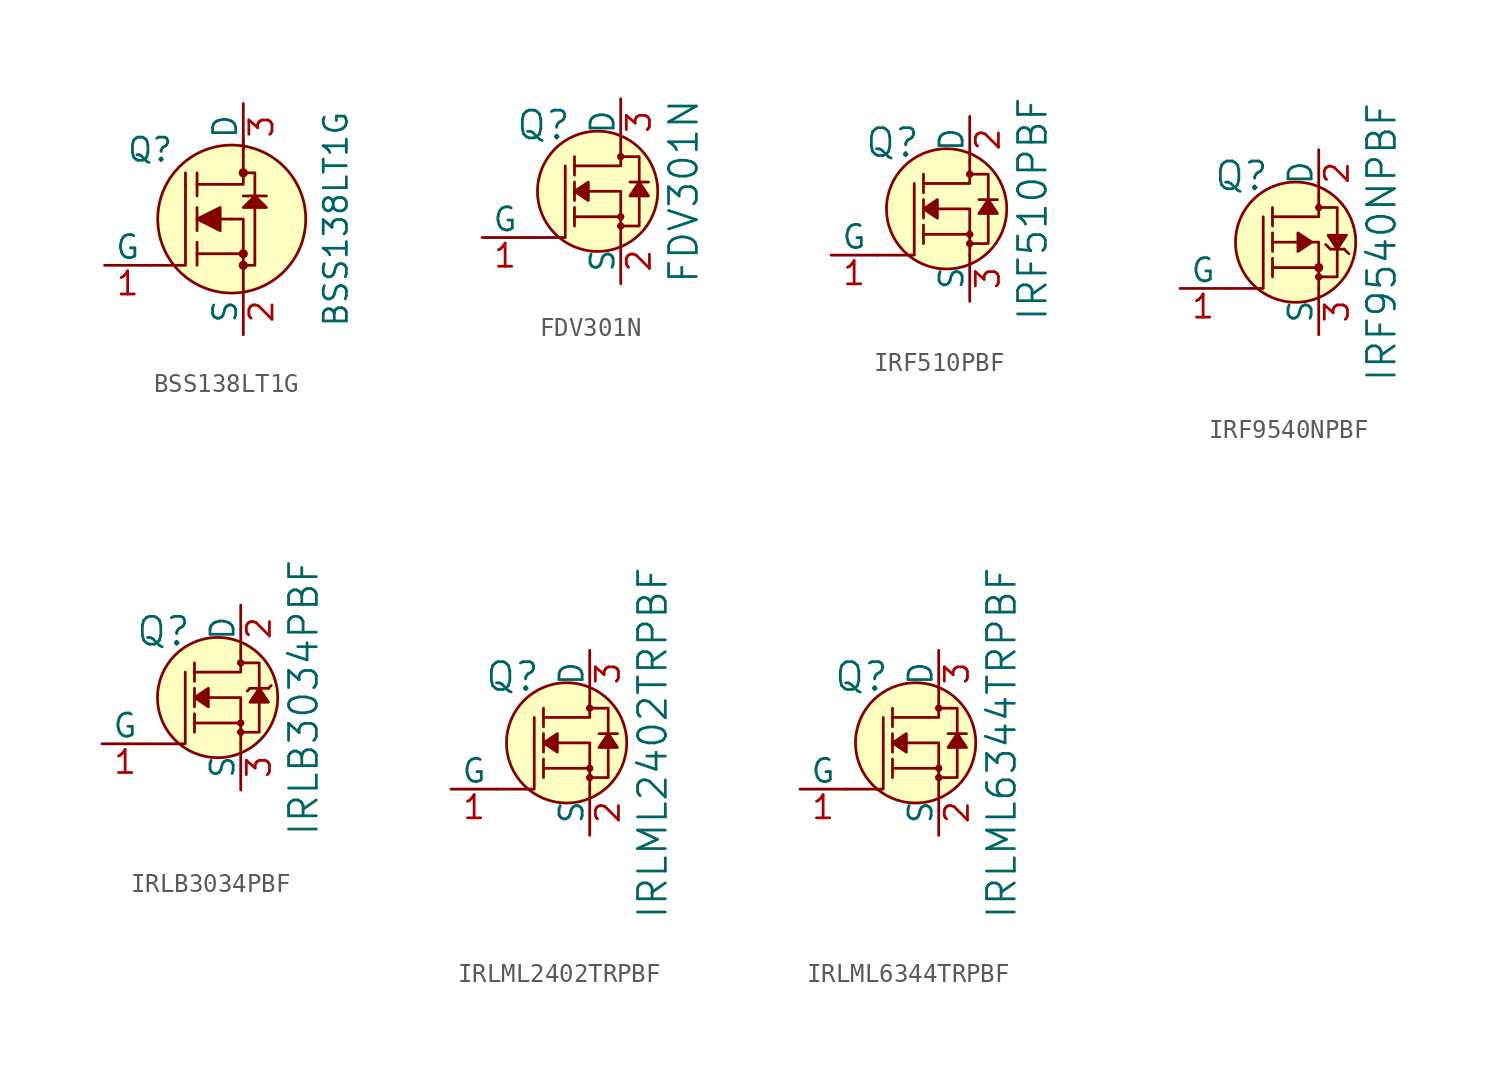
<source format=kicad_sym>
(kicad_symbol_lib
  (version 20201005)
  (generator kicad_symbol_editor)
  (symbol "BSS138LT1G"
    (pin_names
      (offset 0))
    (property "Reference" "Q"
      (at -3.81 3.81 0)
      (effects (font (size 1.27 1.27)) (justify right)))
    (property "Value" "BSS138LT1G"
      (at 5.08 0 90)
      (effects (font (size 1.27 1.27))))
    (symbol "BSS138LT1G_0_1"
      (circle (center 0 -2.54) (radius 0.178) (stroke (width 0)) (fill (type outline)))
      (circle (center 0 -1.905) (radius 0.178) (stroke (width 0)) (fill (type outline)))
      (circle (center 0 2.54) (radius 0.178) (stroke (width 0)) (fill (type outline)))
      (polyline (pts (xy -3.175 1.905) (xy -3.175 1.27)) (stroke (width 0)) (fill (type none)))
      (polyline (pts (xy -3.175 1.905) (xy -3.175 2.54)) (stroke (width 0)) (fill (type none)))
      (polyline (pts (xy -2.54 -2.54) (xy -2.54 -1.905)) (stroke (width 0)) (fill (type none)))
      (polyline (pts (xy -2.54 -1.905) (xy -2.54 -1.27)) (stroke (width 0)) (fill (type none)))
      (polyline (pts (xy -2.54 -1.905) (xy -0.635 -1.905)) (stroke (width 0)) (fill (type none)))
      (polyline (pts (xy -2.54 -0.635) (xy -2.54 0)) (stroke (width 0)) (fill (type none)))
      (polyline (pts (xy -2.54 0) (xy -2.54 0.635)) (stroke (width 0)) (fill (type none)))
      (polyline (pts (xy -2.54 0) (xy -0.635 0)) (stroke (width 0)) (fill (type none)))
      (polyline (pts (xy -2.54 1.27) (xy -2.54 1.905)) (stroke (width 0)) (fill (type none)))
      (polyline (pts (xy -2.54 1.905) (xy -2.54 2.54)) (stroke (width 0)) (fill (type none)))
      (polyline (pts (xy -2.54 1.905) (xy -0.635 1.905)) (stroke (width 0)) (fill (type none)))
      (polyline (pts (xy -0.635 -1.905) (xy 0 -1.905)) (stroke (width 0)) (fill (type none)))
      (polyline (pts (xy 0 1.27) (xy 1.27 1.27)) (stroke (width 0)) (fill (type none)))
      (polyline (pts (xy -5.08 -2.54) (xy -3.175 -2.54) (xy -3.175 1.27)) (stroke (width 0)) (fill (type none)))
      (polyline (pts (xy -0.635 0) (xy 0 0) (xy 0 -3.81)) (stroke (width 0)) (fill (type none)))
      (polyline (pts (xy -0.635 1.905) (xy 0 1.905) (xy 0 4.445)) (stroke (width 0)) (fill (type none)))
      (polyline (pts (xy -2.54 0) (xy -1.27 -0.635) (xy -1.27 0.635) (xy -2.54 0)) (stroke (width 0)) (fill (type outline)))
      (polyline (pts (xy 0 2.54) (xy 0.635 2.54) (xy 0.635 -2.54) (xy 0 -2.54)) (stroke (width 0)) (fill (type none)))
      (polyline (pts (xy 0.635 1.27) (xy 0 0.635) (xy 1.27 0.635) (xy 0.635 1.27)) (stroke (width 0)) (fill (type outline))))
    (symbol "BSS138LT1G_1_1"
      (circle (center -0.635 0) (radius 4.064) (stroke (width 0)) (fill (type background)))
      (pin bidirectional line (at -7.62 -2.54 0) (length 2.54) (name "G" (effects (font (size 1.27 1.27)))) (number "1" (effects (font (size 1.27 1.27)))))
      (pin bidirectional line (at 0 -6.35 90) (length 2.54) (name "S" (effects (font (size 1.27 1.27)))) (number "2" (effects (font (size 1.27 1.27)))))
      (pin bidirectional line (at 0 6.35 270) (length 2.54) (name "D" (effects (font (size 1.27 1.27)))) (number "3" (effects (font (size 1.27 1.27)))))))
  (symbol "FDV301N"
    (pin_names
      (offset 0))
    (property "Reference" "Q"
      (at -2.692 3.632 0)
      (effects (font (size 1.524 1.524)) (justify right)))
    (property "Value" "FDV301N"
      (at 3.454 0 90)
      (effects (font (size 1.524 1.524))))
    (symbol "FDV301N_0_1"
      (circle (center -1.27 0) (radius 3.302) (stroke (width 0)) (fill (type background)))
      (circle (center 0 -1.905) (radius 0.127) (stroke (width 0)) (fill (type none)))
      (circle (center 0 -1.397) (radius 0.127) (stroke (width 0)) (fill (type none)))
      (circle (center 0 1.905) (radius 0.127) (stroke (width 0)) (fill (type none)))
      (polyline (pts (xy 0 -1.397) (xy -2.54 -1.397)) (stroke (width 0)) (fill (type none)))
      (polyline (pts (xy -5.08 -2.54) (xy -3.048 -2.54) (xy -3.048 1.397)) (stroke (width 0)) (fill (type none)))
      (polyline (pts (xy 0 -2.54) (xy 0 0) (xy -2.54 0)) (stroke (width 0)) (fill (type none)))
      (polyline (pts (xy 0 2.54) (xy 0 1.397) (xy -2.54 1.397)) (stroke (width 0)) (fill (type none)))
      (polyline (pts (xy -0.127 -1.905) (xy 1.016 -1.905) (xy 1.016 1.397) (xy 1.016 1.905) (xy -0.127 1.905)) (stroke (width 0)) (fill (type none))))
    (symbol "FDV301N_1_1"
      (polyline (pts (xy -2.54 -1.397) (xy -2.54 -1.905)) (stroke (width 0)) (fill (type none)))
      (polyline (pts (xy -2.54 -1.397) (xy -2.54 -0.889)) (stroke (width 0)) (fill (type none)))
      (polyline (pts (xy -2.54 0) (xy -2.54 -0.508)) (stroke (width 0)) (fill (type none)))
      (polyline (pts (xy -2.54 0) (xy -2.54 0.508)) (stroke (width 0)) (fill (type none)))
      (polyline (pts (xy -2.54 1.905) (xy -2.54 0.889)) (stroke (width 0)) (fill (type none)))
      (polyline (pts (xy 1.524 0.508) (xy 0.508 0.508)) (stroke (width 0)) (fill (type none)))
      (polyline (pts (xy -2.54 0) (xy -1.778 0.508) (xy -1.778 -0.508) (xy -2.54 0)) (stroke (width 0)) (fill (type outline)))
      (polyline (pts (xy 1.016 0.508) (xy 0.508 -0.254) (xy 1.524 -0.254) (xy 1.016 0.508)) (stroke (width 0)) (fill (type outline)))
      (pin bidirectional line (at -7.62 -2.54 0) (length 2.54) (name "G" (effects (font (size 1.27 1.27)))) (number "1" (effects (font (size 1.27 1.27)))))
      (pin bidirectional line (at 0 -5.08 90) (length 2.54) (name "S" (effects (font (size 1.27 1.27)))) (number "2" (effects (font (size 1.27 1.27)))))
      (pin bidirectional line (at 0 5.08 270) (length 2.54) (name "D" (effects (font (size 1.27 1.27)))) (number "3" (effects (font (size 1.27 1.27)))))))
  (symbol "IRF510PBF"
    (pin_names
      (offset 0))
    (property "Reference" "Q"
      (at -2.692 3.632 0)
      (effects (font (size 1.524 1.524)) (justify right)))
    (property "Value" "IRF510PBF"
      (at 3.454 0 90)
      (effects (font (size 1.524 1.524))))
    (symbol "IRF510PBF_0_1"
      (circle (center -1.27 0) (radius 3.302) (stroke (width 0)) (fill (type background)))
      (circle (center 0 -1.905) (radius 0.127) (stroke (width 0)) (fill (type none)))
      (circle (center 0 -1.397) (radius 0.127) (stroke (width 0)) (fill (type none)))
      (circle (center 0 1.905) (radius 0.127) (stroke (width 0)) (fill (type none)))
      (polyline (pts (xy 0 -1.397) (xy -2.54 -1.397)) (stroke (width 0)) (fill (type none)))
      (polyline (pts (xy -5.08 -2.54) (xy -3.048 -2.54) (xy -3.048 1.397)) (stroke (width 0)) (fill (type none)))
      (polyline (pts (xy 0 -2.54) (xy 0 0) (xy -2.54 0)) (stroke (width 0)) (fill (type none)))
      (polyline (pts (xy 0 2.54) (xy 0 1.397) (xy -2.54 1.397)) (stroke (width 0)) (fill (type none)))
      (polyline (pts (xy -0.127 -1.905) (xy 1.016 -1.905) (xy 1.016 1.397) (xy 1.016 1.905) (xy -0.127 1.905)) (stroke (width 0)) (fill (type none))))
    (symbol "IRF510PBF_1_1"
      (polyline (pts (xy -2.54 -1.397) (xy -2.54 -1.905)) (stroke (width 0)) (fill (type none)))
      (polyline (pts (xy -2.54 -1.397) (xy -2.54 -0.889)) (stroke (width 0)) (fill (type none)))
      (polyline (pts (xy -2.54 0) (xy -2.54 -0.508)) (stroke (width 0)) (fill (type none)))
      (polyline (pts (xy -2.54 0) (xy -2.54 0.508)) (stroke (width 0)) (fill (type none)))
      (polyline (pts (xy -2.54 1.905) (xy -2.54 0.889)) (stroke (width 0)) (fill (type none)))
      (polyline (pts (xy 1.524 0.508) (xy 0.508 0.508)) (stroke (width 0)) (fill (type none)))
      (polyline (pts (xy -2.54 0) (xy -1.778 0.508) (xy -1.778 -0.508) (xy -2.54 0)) (stroke (width 0)) (fill (type outline)))
      (polyline (pts (xy 1.016 0.508) (xy 0.508 -0.254) (xy 1.524 -0.254) (xy 1.016 0.508)) (stroke (width 0)) (fill (type outline)))
      (pin bidirectional line (at -7.62 -2.54 0) (length 2.54) (name "G" (effects (font (size 1.27 1.27)))) (number "1" (effects (font (size 1.27 1.27)))))
      (pin bidirectional line (at 0 5.08 270) (length 2.54) (name "D" (effects (font (size 1.27 1.27)))) (number "2" (effects (font (size 1.27 1.27)))))
      (pin bidirectional line (at 0 -5.08 90) (length 2.54) (name "S" (effects (font (size 1.27 1.27)))) (number "3" (effects (font (size 1.27 1.27)))))))
  (symbol "IRF9540NPBF"
    (pin_names
      (offset 0))
    (property "Reference" "Q"
      (at -2.692 3.632 0)
      (effects (font (size 1.524 1.524)) (justify right)))
    (property "Value" "IRF9540NPBF"
      (at 3.454 0 90)
      (effects (font (size 1.524 1.524))))
    (symbol "IRF9540NPBF_0_1"
      (circle (center -1.27 0) (radius 3.302) (stroke (width 0)) (fill (type background)))
      (circle (center 0 -1.905) (radius 0.127) (stroke (width 0)) (fill (type none)))
      (circle (center 0 -1.397) (radius 0.178) (stroke (width 0)) (fill (type outline)))
      (circle (center 0 1.905) (radius 0.127) (stroke (width 0)) (fill (type none)))
      (polyline (pts (xy 0 -1.397) (xy -2.54 -1.397)) (stroke (width 0)) (fill (type none)))
      (polyline (pts (xy 0.635 -0.381) (xy 0.381 -0.127)) (stroke (width 0)) (fill (type none)))
      (polyline (pts (xy 1.397 -0.381) (xy 1.651 -0.635)) (stroke (width 0)) (fill (type none)))
      (polyline (pts (xy -5.08 -2.54) (xy -3.048 -2.54) (xy -3.048 1.397)) (stroke (width 0)) (fill (type none)))
      (polyline (pts (xy 0 -2.54) (xy 0 0) (xy -2.54 0)) (stroke (width 0)) (fill (type none)))
      (polyline (pts (xy 0 2.54) (xy 0 1.397) (xy -2.54 1.397)) (stroke (width 0)) (fill (type none)))
      (polyline (pts (xy -0.127 -1.905) (xy 1.016 -1.905) (xy 1.016 1.397) (xy 1.016 1.905) (xy -0.127 1.905)) (stroke (width 0)) (fill (type none))))
    (symbol "IRF9540NPBF_1_1"
      (polyline (pts (xy -2.54 -1.397) (xy -2.54 -1.905)) (stroke (width 0)) (fill (type none)))
      (polyline (pts (xy -2.54 -1.397) (xy -2.54 -0.889)) (stroke (width 0)) (fill (type none)))
      (polyline (pts (xy -2.54 0) (xy -2.54 -0.508)) (stroke (width 0)) (fill (type none)))
      (polyline (pts (xy -2.54 0) (xy -2.54 0.508)) (stroke (width 0)) (fill (type none)))
      (polyline (pts (xy -2.54 1.905) (xy -2.54 0.889)) (stroke (width 0)) (fill (type none)))
      (polyline (pts (xy 1.397 -0.381) (xy 0.635 -0.381)) (stroke (width 0)) (fill (type none)))
      (polyline (pts (xy -0.381 0) (xy -1.143 0.508) (xy -1.143 -0.508) (xy -0.381 0)) (stroke (width 0)) (fill (type outline)))
      (polyline (pts (xy 1.016 -0.381) (xy 1.524 0.381) (xy 0.508 0.381) (xy 1.016 -0.381)) (stroke (width 0)) (fill (type outline)))
      (pin bidirectional line (at -7.62 -2.54 0) (length 2.54) (name "G" (effects (font (size 1.27 1.27)))) (number "1" (effects (font (size 1.27 1.27)))))
      (pin bidirectional line (at 0 5.08 270) (length 2.54) (name "D" (effects (font (size 1.27 1.27)))) (number "2" (effects (font (size 1.27 1.27)))))
      (pin bidirectional line (at 0 -5.08 90) (length 2.54) (name "S" (effects (font (size 1.27 1.27)))) (number "3" (effects (font (size 1.27 1.27)))))))
  (symbol "IRLB3034PBF"
    (pin_names
      (offset 0))
    (property "Reference" "Q"
      (at -2.692 3.632 0)
      (effects (font (size 1.524 1.524)) (justify right)))
    (property "Value" "IRLB3034PBF"
      (at 3.454 0 90)
      (effects (font (size 1.524 1.524))))
    (symbol "IRLB3034PBF_0_1"
      (circle (center -1.27 0) (radius 3.302) (stroke (width 0)) (fill (type background)))
      (circle (center 0 -1.905) (radius 0.127) (stroke (width 0)) (fill (type none)))
      (circle (center 0 -1.397) (radius 0.127) (stroke (width 0)) (fill (type none)))
      (circle (center 0 1.905) (radius 0.127) (stroke (width 0)) (fill (type none)))
      (polyline (pts (xy 0 -1.397) (xy -2.54 -1.397)) (stroke (width 0)) (fill (type none)))
      (polyline (pts (xy 0.508 0.508) (xy 0.356 0.356)) (stroke (width 0)) (fill (type none)))
      (polyline (pts (xy 1.524 0.508) (xy 1.676 0.66)) (stroke (width 0)) (fill (type none)))
      (polyline (pts (xy -5.08 -2.54) (xy -3.048 -2.54) (xy -3.048 1.397)) (stroke (width 0)) (fill (type none)))
      (polyline (pts (xy 0 -2.54) (xy 0 0) (xy -2.54 0)) (stroke (width 0)) (fill (type none)))
      (polyline (pts (xy 0 2.54) (xy 0 1.397) (xy -2.54 1.397)) (stroke (width 0)) (fill (type none)))
      (polyline (pts (xy -0.127 -1.905) (xy 1.016 -1.905) (xy 1.016 1.397) (xy 1.016 1.905) (xy -0.127 1.905)) (stroke (width 0)) (fill (type none))))
    (symbol "IRLB3034PBF_1_1"
      (polyline (pts (xy -2.54 -1.397) (xy -2.54 -1.905)) (stroke (width 0)) (fill (type none)))
      (polyline (pts (xy -2.54 -1.397) (xy -2.54 -0.889)) (stroke (width 0)) (fill (type none)))
      (polyline (pts (xy -2.54 0) (xy -2.54 -0.508)) (stroke (width 0)) (fill (type none)))
      (polyline (pts (xy -2.54 0) (xy -2.54 0.508)) (stroke (width 0)) (fill (type none)))
      (polyline (pts (xy -2.54 1.905) (xy -2.54 0.889)) (stroke (width 0)) (fill (type none)))
      (polyline (pts (xy 1.524 0.508) (xy 0.508 0.508)) (stroke (width 0)) (fill (type none)))
      (polyline (pts (xy -2.54 0) (xy -1.778 0.508) (xy -1.778 -0.508) (xy -2.54 0)) (stroke (width 0)) (fill (type outline)))
      (polyline (pts (xy 1.016 0.508) (xy 0.508 -0.254) (xy 1.524 -0.254) (xy 1.016 0.508)) (stroke (width 0)) (fill (type outline)))
      (pin bidirectional line (at -7.62 -2.54 0) (length 2.54) (name "G" (effects (font (size 1.27 1.27)))) (number "1" (effects (font (size 1.27 1.27)))))
      (pin bidirectional line (at 0 5.08 270) (length 2.54) (name "D" (effects (font (size 1.27 1.27)))) (number "2" (effects (font (size 1.27 1.27)))))
      (pin bidirectional line (at 0 -5.08 90) (length 2.54) (name "S" (effects (font (size 1.27 1.27)))) (number "3" (effects (font (size 1.27 1.27)))))))
  (symbol "IRLML2402TRPBF"
    (pin_names
      (offset 0))
    (property "Reference" "Q"
      (at -2.692 3.632 0)
      (effects (font (size 1.524 1.524)) (justify right)))
    (property "Value" "IRLML2402TRPBF"
      (at 3.454 0 90)
      (effects (font (size 1.524 1.524))))
    (symbol "IRLML2402TRPBF_0_1"
      (circle (center -1.27 0) (radius 3.302) (stroke (width 0)) (fill (type background)))
      (circle (center 0 -1.905) (radius 0.127) (stroke (width 0)) (fill (type none)))
      (circle (center 0 -1.397) (radius 0.127) (stroke (width 0)) (fill (type none)))
      (circle (center 0 1.905) (radius 0.127) (stroke (width 0)) (fill (type none)))
      (polyline (pts (xy 0 -1.397) (xy -2.54 -1.397)) (stroke (width 0)) (fill (type none)))
      (polyline (pts (xy -5.08 -2.54) (xy -3.048 -2.54) (xy -3.048 1.397)) (stroke (width 0)) (fill (type none)))
      (polyline (pts (xy 0 -2.54) (xy 0 0) (xy -2.54 0)) (stroke (width 0)) (fill (type none)))
      (polyline (pts (xy 0 2.54) (xy 0 1.397) (xy -2.54 1.397)) (stroke (width 0)) (fill (type none)))
      (polyline (pts (xy -0.127 -1.905) (xy 1.016 -1.905) (xy 1.016 1.397) (xy 1.016 1.905) (xy -0.127 1.905)) (stroke (width 0)) (fill (type none))))
    (symbol "IRLML2402TRPBF_1_1"
      (polyline (pts (xy -2.54 -1.397) (xy -2.54 -1.905)) (stroke (width 0)) (fill (type none)))
      (polyline (pts (xy -2.54 -1.397) (xy -2.54 -0.889)) (stroke (width 0)) (fill (type none)))
      (polyline (pts (xy -2.54 0) (xy -2.54 -0.508)) (stroke (width 0)) (fill (type none)))
      (polyline (pts (xy -2.54 0) (xy -2.54 0.508)) (stroke (width 0)) (fill (type none)))
      (polyline (pts (xy -2.54 1.905) (xy -2.54 0.889)) (stroke (width 0)) (fill (type none)))
      (polyline (pts (xy 1.524 0.508) (xy 0.508 0.508)) (stroke (width 0)) (fill (type none)))
      (polyline (pts (xy -2.54 0) (xy -1.778 0.508) (xy -1.778 -0.508) (xy -2.54 0)) (stroke (width 0)) (fill (type outline)))
      (polyline (pts (xy 1.016 0.508) (xy 0.508 -0.254) (xy 1.524 -0.254) (xy 1.016 0.508)) (stroke (width 0)) (fill (type outline)))
      (pin bidirectional line (at -7.62 -2.54 0) (length 2.54) (name "G" (effects (font (size 1.27 1.27)))) (number "1" (effects (font (size 1.27 1.27)))))
      (pin bidirectional line (at 0 -5.08 90) (length 2.54) (name "S" (effects (font (size 1.27 1.27)))) (number "2" (effects (font (size 1.27 1.27)))))
      (pin bidirectional line (at 0 5.08 270) (length 2.54) (name "D" (effects (font (size 1.27 1.27)))) (number "3" (effects (font (size 1.27 1.27)))))))
  (symbol "IRLML6344TRPBF"
    (pin_names
      (offset 0))
    (property "Reference" "Q"
      (at -2.692 3.632 0)
      (effects (font (size 1.524 1.524)) (justify right)))
    (property "Value" "IRLML6344TRPBF"
      (at 3.454 0 90)
      (effects (font (size 1.524 1.524))))
    (symbol "IRLML6344TRPBF_0_1"
      (circle (center -1.27 0) (radius 3.302) (stroke (width 0)) (fill (type background)))
      (circle (center 0 -1.905) (radius 0.127) (stroke (width 0)) (fill (type none)))
      (circle (center 0 -1.397) (radius 0.127) (stroke (width 0)) (fill (type none)))
      (circle (center 0 1.905) (radius 0.127) (stroke (width 0)) (fill (type none)))
      (polyline (pts (xy 0 -1.397) (xy -2.54 -1.397)) (stroke (width 0)) (fill (type none)))
      (polyline (pts (xy -5.08 -2.54) (xy -3.048 -2.54) (xy -3.048 1.397)) (stroke (width 0)) (fill (type none)))
      (polyline (pts (xy 0 -2.54) (xy 0 0) (xy -2.54 0)) (stroke (width 0)) (fill (type none)))
      (polyline (pts (xy 0 2.54) (xy 0 1.397) (xy -2.54 1.397)) (stroke (width 0)) (fill (type none)))
      (polyline (pts (xy -0.127 -1.905) (xy 1.016 -1.905) (xy 1.016 1.397) (xy 1.016 1.905) (xy -0.127 1.905)) (stroke (width 0)) (fill (type none))))
    (symbol "IRLML6344TRPBF_1_1"
      (polyline (pts (xy -2.54 -1.397) (xy -2.54 -1.905)) (stroke (width 0)) (fill (type none)))
      (polyline (pts (xy -2.54 -1.397) (xy -2.54 -0.889)) (stroke (width 0)) (fill (type none)))
      (polyline (pts (xy -2.54 0) (xy -2.54 -0.508)) (stroke (width 0)) (fill (type none)))
      (polyline (pts (xy -2.54 0) (xy -2.54 0.508)) (stroke (width 0)) (fill (type none)))
      (polyline (pts (xy -2.54 1.905) (xy -2.54 0.889)) (stroke (width 0)) (fill (type none)))
      (polyline (pts (xy 1.524 0.508) (xy 0.508 0.508)) (stroke (width 0)) (fill (type none)))
      (polyline (pts (xy -2.54 0) (xy -1.778 0.508) (xy -1.778 -0.508) (xy -2.54 0)) (stroke (width 0)) (fill (type outline)))
      (polyline (pts (xy 1.016 0.508) (xy 0.508 -0.254) (xy 1.524 -0.254) (xy 1.016 0.508)) (stroke (width 0)) (fill (type outline)))
      (pin bidirectional line (at -7.62 -2.54 0) (length 2.54) (name "G" (effects (font (size 1.27 1.27)))) (number "1" (effects (font (size 1.27 1.27)))))
      (pin bidirectional line (at 0 -5.08 90) (length 2.54) (name "S" (effects (font (size 1.27 1.27)))) (number "2" (effects (font (size 1.27 1.27)))))
      (pin bidirectional line (at 0 5.08 270) (length 2.54) (name "D" (effects (font (size 1.27 1.27)))) (number "3" (effects (font (size 1.27 1.27))))))))
</source>
